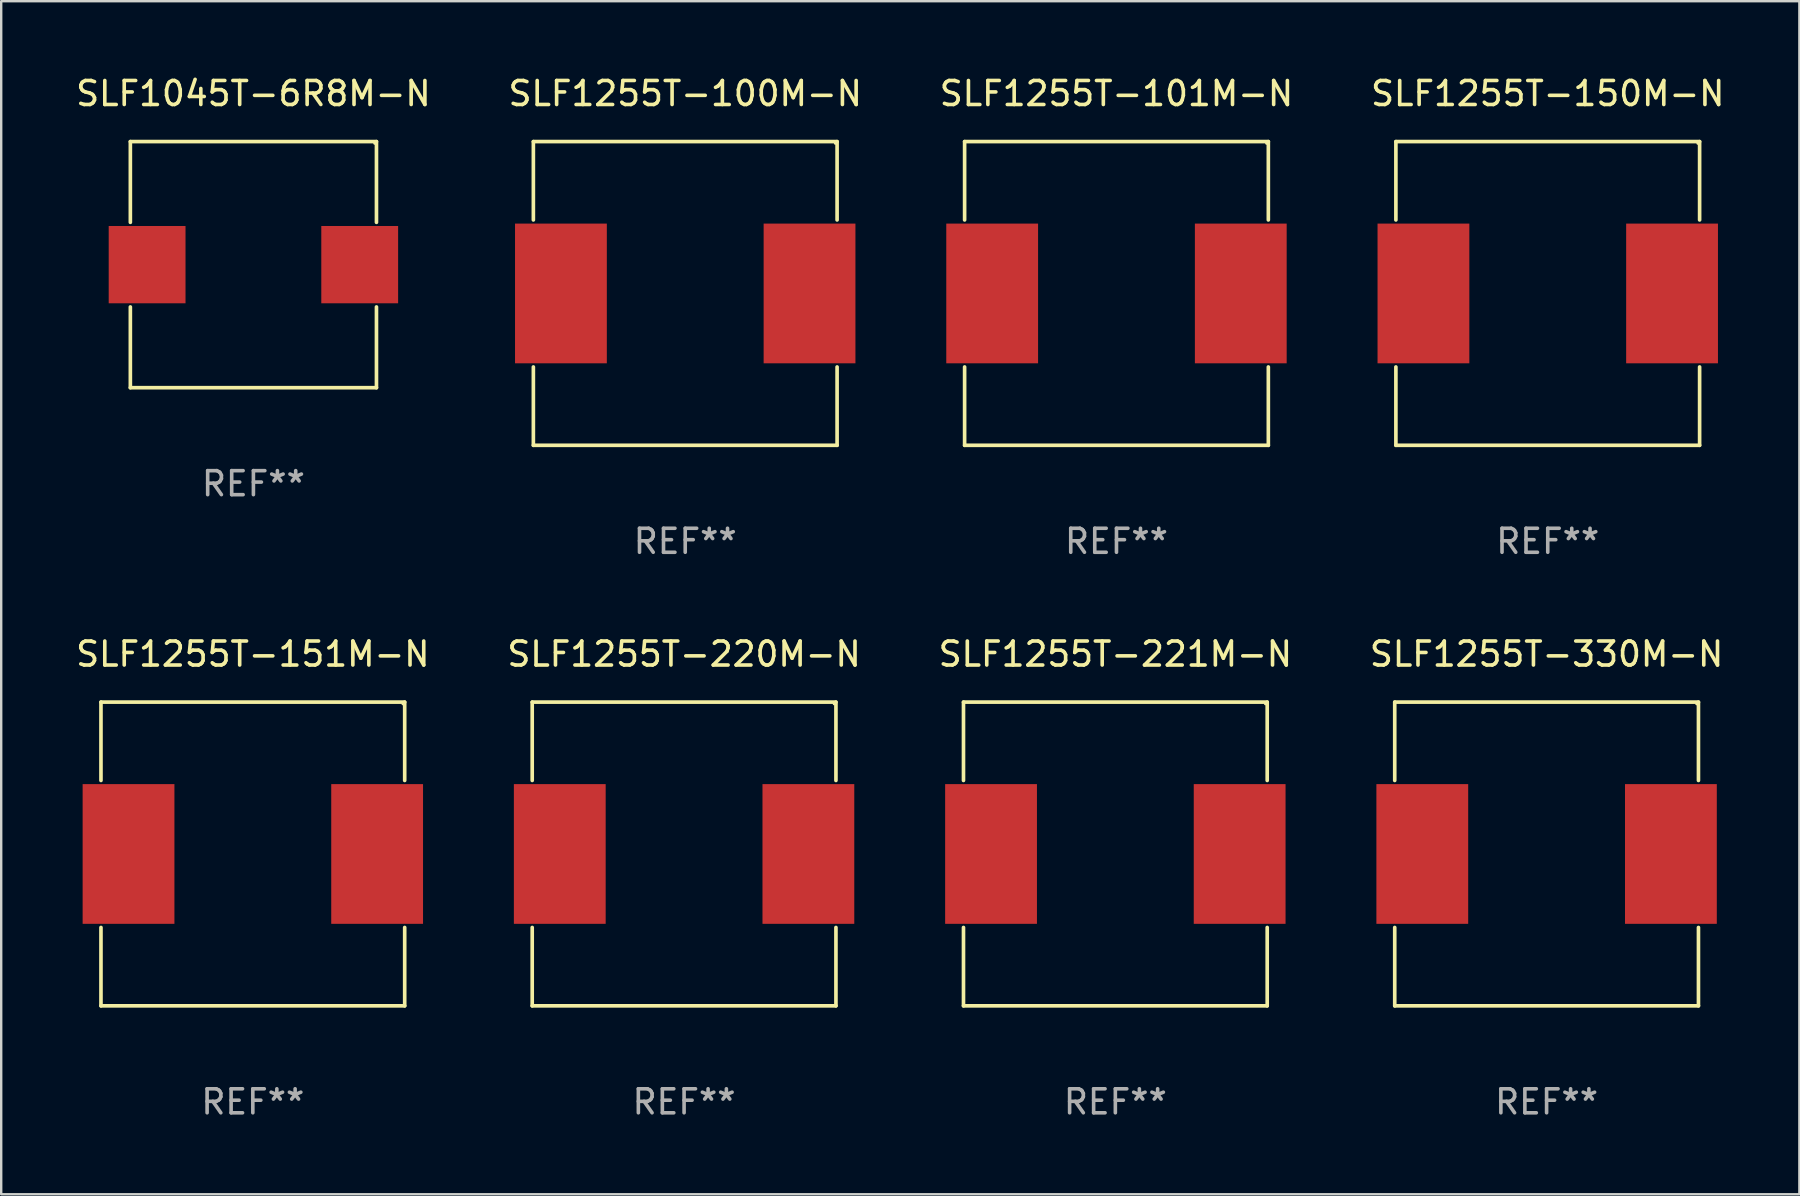
<source format=kicad_pcb>
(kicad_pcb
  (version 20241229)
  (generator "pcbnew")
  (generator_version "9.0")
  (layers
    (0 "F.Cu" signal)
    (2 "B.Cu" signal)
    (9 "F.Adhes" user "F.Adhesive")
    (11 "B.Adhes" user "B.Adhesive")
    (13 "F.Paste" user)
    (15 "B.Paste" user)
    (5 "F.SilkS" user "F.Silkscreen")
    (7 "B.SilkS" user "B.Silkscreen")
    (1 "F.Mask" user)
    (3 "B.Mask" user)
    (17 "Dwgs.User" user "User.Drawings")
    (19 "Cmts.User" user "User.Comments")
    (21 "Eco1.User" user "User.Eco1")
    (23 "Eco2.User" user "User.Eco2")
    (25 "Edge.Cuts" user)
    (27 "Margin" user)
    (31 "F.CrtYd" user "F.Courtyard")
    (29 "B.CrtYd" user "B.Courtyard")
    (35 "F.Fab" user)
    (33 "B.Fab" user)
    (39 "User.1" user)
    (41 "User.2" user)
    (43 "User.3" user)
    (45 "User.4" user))
  (footprint "SLF1045T-6R8M-N"
    (layer "F.Cu")
    (at 7.506 7.974)
    (property "Reference" "SLF1045T-6R8M-N" (at 0 -7.126 0) (layer "F.SilkS") (effects (font (size 1 1) (thickness 0.15))))
    (attr through_hole)
    (fp_line (start -5.126 -5.126) (end 5.126 -5.126) (stroke (width 0.152) (type solid)) (layer "F.SilkS"))
    (fp_line (start -5.126 -1.762) (end -5.126 -5.126) (stroke (width 0.152) (type solid)) (layer "F.SilkS"))
    (fp_line (start -5.126 1.762) (end -5.126 5.126) (stroke (width 0.152) (type solid)) (layer "F.SilkS"))
    (fp_line (start -5.126 5.126) (end 5.126 5.126) (stroke (width 0.152) (type solid)) (layer "F.SilkS"))
    (fp_line (start 5.126 -5.126) (end 5.126 -1.762) (stroke (width 0.152) (type solid)) (layer "F.SilkS"))
    (fp_line (start 5.126 5.126) (end 5.126 1.762) (stroke (width 0.152) (type solid)) (layer "F.SilkS"))
    (fp_circle (center 5.05 -5.05) (end 5.08 -5.05) (stroke (width 0.06) (type solid)) (fill no) (layer "F.SilkS"))
    (fp_text user "REF**" (at 0 9.126 0) (layer "F.Fab") (effects (font (size 1 1) (thickness 0.15))))
    (pad "1" smd rect (at 4.428 0) (size 3.2 3.22) (layers "F.Cu" "F.Mask" "F.Paste"))
    (pad "2" smd rect (at -4.428 0) (size 3.2 3.22) (layers "F.Cu" "F.Mask" "F.Paste")))
  (footprint "SLF1255T-330M-N"
    (layer "F.Cu")
    (at 61.375 32.523)
    (property "Reference" "SLF1255T-330M-N" (at 0 -8.326 0) (layer "F.SilkS") (effects (font (size 1 1) (thickness 0.15))))
    (attr through_hole)
    (fp_line (start -6.326 -6.326) (end 6.326 -6.326) (stroke (width 0.152) (type solid)) (layer "F.SilkS"))
    (fp_line (start -6.326 -3.062) (end -6.326 -6.326) (stroke (width 0.152) (type solid)) (layer "F.SilkS"))
    (fp_line (start -6.326 3.062) (end -6.326 6.326) (stroke (width 0.152) (type solid)) (layer "F.SilkS"))
    (fp_line (start -6.326 6.326) (end 6.326 6.326) (stroke (width 0.152) (type solid)) (layer "F.SilkS"))
    (fp_line (start 6.326 -6.326) (end 6.326 -3.062) (stroke (width 0.152) (type solid)) (layer "F.SilkS"))
    (fp_line (start 6.326 6.326) (end 6.326 3.062) (stroke (width 0.152) (type solid)) (layer "F.SilkS"))
    (fp_circle (center 6.25 -6.25) (end 6.28 -6.25) (stroke (width 0.06) (type solid)) (fill no) (layer "F.SilkS"))
    (fp_text user "REF**" (at 0 10.326 0) (layer "F.Fab") (effects (font (size 1 1) (thickness 0.15))))
    (pad "1" smd rect (at 5.178 0) (size 3.824 5.82) (layers "F.Cu" "F.Mask" "F.Paste"))
    (pad "2" smd rect (at -5.178 0) (size 3.824 5.82) (layers "F.Cu" "F.Mask" "F.Paste")))
  (footprint "SLF1255T-221M-N"
    (layer "F.Cu")
    (at 43.411 32.523)
    (property "Reference" "SLF1255T-221M-N" (at 0 -8.326 0) (layer "F.SilkS") (effects (font (size 1 1) (thickness 0.15))))
    (attr through_hole)
    (fp_line (start -6.326 -6.326) (end 6.326 -6.326) (stroke (width 0.152) (type solid)) (layer "F.SilkS"))
    (fp_line (start -6.326 -3.062) (end -6.326 -6.326) (stroke (width 0.152) (type solid)) (layer "F.SilkS"))
    (fp_line (start -6.326 3.062) (end -6.326 6.326) (stroke (width 0.152) (type solid)) (layer "F.SilkS"))
    (fp_line (start -6.326 6.326) (end 6.326 6.326) (stroke (width 0.152) (type solid)) (layer "F.SilkS"))
    (fp_line (start 6.326 -6.326) (end 6.326 -3.062) (stroke (width 0.152) (type solid)) (layer "F.SilkS"))
    (fp_line (start 6.326 6.326) (end 6.326 3.062) (stroke (width 0.152) (type solid)) (layer "F.SilkS"))
    (fp_circle (center 6.25 -6.25) (end 6.28 -6.25) (stroke (width 0.06) (type solid)) (fill no) (layer "F.SilkS"))
    (fp_text user "REF**" (at 0 10.326 0) (layer "F.Fab") (effects (font (size 1 1) (thickness 0.15))))
    (pad "1" smd rect (at 5.178 0) (size 3.824 5.82) (layers "F.Cu" "F.Mask" "F.Paste"))
    (pad "2" smd rect (at -5.178 0) (size 3.824 5.82) (layers "F.Cu" "F.Mask" "F.Paste")))
  (footprint "SLF1255T-101M-N"
    (layer "F.Cu")
    (at 43.458 9.174)
    (property "Reference" "SLF1255T-101M-N" (at 0 -8.326 0) (layer "F.SilkS") (effects (font (size 1 1) (thickness 0.15))))
    (attr through_hole)
    (fp_line (start -6.326 -6.326) (end 6.326 -6.326) (stroke (width 0.152) (type solid)) (layer "F.SilkS"))
    (fp_line (start -6.326 -3.062) (end -6.326 -6.326) (stroke (width 0.152) (type solid)) (layer "F.SilkS"))
    (fp_line (start -6.326 3.062) (end -6.326 6.326) (stroke (width 0.152) (type solid)) (layer "F.SilkS"))
    (fp_line (start -6.326 6.326) (end 6.326 6.326) (stroke (width 0.152) (type solid)) (layer "F.SilkS"))
    (fp_line (start 6.326 -6.326) (end 6.326 -3.062) (stroke (width 0.152) (type solid)) (layer "F.SilkS"))
    (fp_line (start 6.326 6.326) (end 6.326 3.062) (stroke (width 0.152) (type solid)) (layer "F.SilkS"))
    (fp_circle (center 6.25 -6.25) (end 6.28 -6.25) (stroke (width 0.06) (type solid)) (fill no) (layer "F.SilkS"))
    (fp_text user "REF**" (at 0 10.326 0) (layer "F.Fab") (effects (font (size 1 1) (thickness 0.15))))
    (pad "1" smd rect (at 5.178 0) (size 3.824 5.82) (layers "F.Cu" "F.Mask" "F.Paste"))
    (pad "2" smd rect (at -5.178 0) (size 3.824 5.82) (layers "F.Cu" "F.Mask" "F.Paste")))
  (footprint "SLF1255T-100M-N"
    (layer "F.Cu")
    (at 25.494 9.174)
    (property "Reference" "SLF1255T-100M-N" (at 0 -8.326 0) (layer "F.SilkS") (effects (font (size 1 1) (thickness 0.15))))
    (attr through_hole)
    (fp_line (start -6.326 -6.326) (end 6.326 -6.326) (stroke (width 0.152) (type solid)) (layer "F.SilkS"))
    (fp_line (start -6.326 -3.062) (end -6.326 -6.326) (stroke (width 0.152) (type solid)) (layer "F.SilkS"))
    (fp_line (start -6.326 3.062) (end -6.326 6.326) (stroke (width 0.152) (type solid)) (layer "F.SilkS"))
    (fp_line (start -6.326 6.326) (end 6.326 6.326) (stroke (width 0.152) (type solid)) (layer "F.SilkS"))
    (fp_line (start 6.326 -6.326) (end 6.326 -3.062) (stroke (width 0.152) (type solid)) (layer "F.SilkS"))
    (fp_line (start 6.326 6.326) (end 6.326 3.062) (stroke (width 0.152) (type solid)) (layer "F.SilkS"))
    (fp_circle (center 6.25 -6.25) (end 6.28 -6.25) (stroke (width 0.06) (type solid)) (fill no) (layer "F.SilkS"))
    (fp_text user "REF**" (at 0 10.326 0) (layer "F.Fab") (effects (font (size 1 1) (thickness 0.15))))
    (pad "1" smd rect (at 5.178 0) (size 3.824 5.82) (layers "F.Cu" "F.Mask" "F.Paste"))
    (pad "2" smd rect (at -5.178 0) (size 3.824 5.82) (layers "F.Cu" "F.Mask" "F.Paste")))
  (footprint "SLF1255T-220M-N"
    (layer "F.Cu")
    (at 25.446 32.523)
    (property "Reference" "SLF1255T-220M-N" (at 0 -8.326 0) (layer "F.SilkS") (effects (font (size 1 1) (thickness 0.15))))
    (attr through_hole)
    (fp_line (start -6.326 -6.326) (end 6.326 -6.326) (stroke (width 0.152) (type solid)) (layer "F.SilkS"))
    (fp_line (start -6.326 -3.062) (end -6.326 -6.326) (stroke (width 0.152) (type solid)) (layer "F.SilkS"))
    (fp_line (start -6.326 3.062) (end -6.326 6.326) (stroke (width 0.152) (type solid)) (layer "F.SilkS"))
    (fp_line (start -6.326 6.326) (end 6.326 6.326) (stroke (width 0.152) (type solid)) (layer "F.SilkS"))
    (fp_line (start 6.326 -6.326) (end 6.326 -3.062) (stroke (width 0.152) (type solid)) (layer "F.SilkS"))
    (fp_line (start 6.326 6.326) (end 6.326 3.062) (stroke (width 0.152) (type solid)) (layer "F.SilkS"))
    (fp_circle (center 6.25 -6.25) (end 6.28 -6.25) (stroke (width 0.06) (type solid)) (fill no) (layer "F.SilkS"))
    (fp_text user "REF**" (at 0 10.326 0) (layer "F.Fab") (effects (font (size 1 1) (thickness 0.15))))
    (pad "1" smd rect (at 5.178 0) (size 3.824 5.82) (layers "F.Cu" "F.Mask" "F.Paste"))
    (pad "2" smd rect (at -5.178 0) (size 3.824 5.82) (layers "F.Cu" "F.Mask" "F.Paste")))
  (footprint "SLF1255T-150M-N"
    (layer "F.Cu")
    (at 61.423 9.174)
    (property "Reference" "SLF1255T-150M-N" (at 0 -8.326 0) (layer "F.SilkS") (effects (font (size 1 1) (thickness 0.15))))
    (attr through_hole)
    (fp_line (start -6.326 -6.326) (end 6.326 -6.326) (stroke (width 0.152) (type solid)) (layer "F.SilkS"))
    (fp_line (start -6.326 -3.062) (end -6.326 -6.326) (stroke (width 0.152) (type solid)) (layer "F.SilkS"))
    (fp_line (start -6.326 3.062) (end -6.326 6.326) (stroke (width 0.152) (type solid)) (layer "F.SilkS"))
    (fp_line (start -6.326 6.326) (end 6.326 6.326) (stroke (width 0.152) (type solid)) (layer "F.SilkS"))
    (fp_line (start 6.326 -6.326) (end 6.326 -3.062) (stroke (width 0.152) (type solid)) (layer "F.SilkS"))
    (fp_line (start 6.326 6.326) (end 6.326 3.062) (stroke (width 0.152) (type solid)) (layer "F.SilkS"))
    (fp_circle (center 6.25 -6.25) (end 6.28 -6.25) (stroke (width 0.06) (type solid)) (fill no) (layer "F.SilkS"))
    (fp_text user "REF**" (at 0 10.326 0) (layer "F.Fab") (effects (font (size 1 1) (thickness 0.15))))
    (pad "1" smd rect (at 5.178 0) (size 3.824 5.82) (layers "F.Cu" "F.Mask" "F.Paste"))
    (pad "2" smd rect (at -5.178 0) (size 3.824 5.82) (layers "F.Cu" "F.Mask" "F.Paste")))
  (footprint "SLF1255T-151M-N"
    (layer "F.Cu")
    (at 7.482 32.523)
    (property "Reference" "SLF1255T-151M-N" (at 0 -8.326 0) (layer "F.SilkS") (effects (font (size 1 1) (thickness 0.15))))
    (attr through_hole)
    (fp_line (start -6.326 -6.326) (end 6.326 -6.326) (stroke (width 0.152) (type solid)) (layer "F.SilkS"))
    (fp_line (start -6.326 -3.062) (end -6.326 -6.326) (stroke (width 0.152) (type solid)) (layer "F.SilkS"))
    (fp_line (start -6.326 3.062) (end -6.326 6.326) (stroke (width 0.152) (type solid)) (layer "F.SilkS"))
    (fp_line (start -6.326 6.326) (end 6.326 6.326) (stroke (width 0.152) (type solid)) (layer "F.SilkS"))
    (fp_line (start 6.326 -6.326) (end 6.326 -3.062) (stroke (width 0.152) (type solid)) (layer "F.SilkS"))
    (fp_line (start 6.326 6.326) (end 6.326 3.062) (stroke (width 0.152) (type solid)) (layer "F.SilkS"))
    (fp_circle (center 6.25 -6.25) (end 6.28 -6.25) (stroke (width 0.06) (type solid)) (fill no) (layer "F.SilkS"))
    (fp_text user "REF**" (at 0 10.326 0) (layer "F.Fab") (effects (font (size 1 1) (thickness 0.15))))
    (pad "1" smd rect (at 5.178 0) (size 3.824 5.82) (layers "F.Cu" "F.Mask" "F.Paste"))
    (pad "2" smd rect (at -5.178 0) (size 3.824 5.82) (layers "F.Cu" "F.Mask" "F.Paste")))
  (gr_rect
    (start -3 -3)
    (end 71.905 46.698)
    (stroke (width 0.1) (type default))
    (fill no)
    (layer "Edge.Cuts")))
</source>
